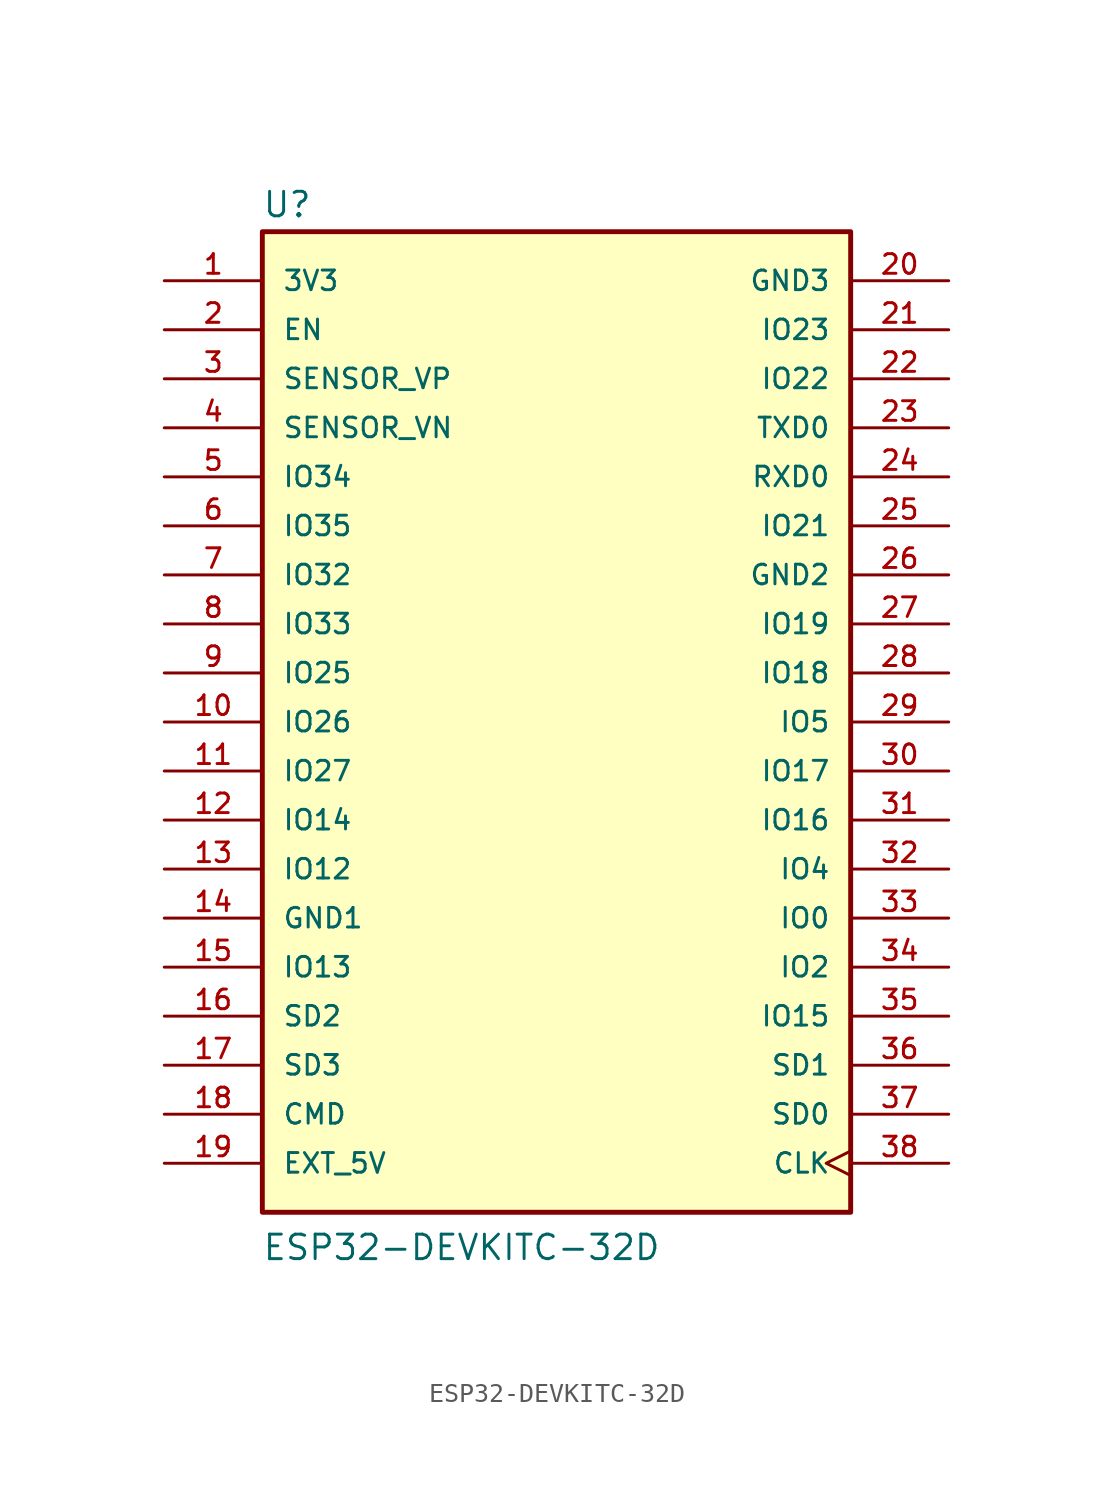
<source format=kicad_sym>
(kicad_symbol_lib
  (version 20200908)
  (generator kicad_symbol_editor)
  (symbol "MCU_Module:ESP32-DEVKITC-32D"
    (pin_names
      (offset 1.016))
    (property "Reference" "U"
      (at -15.265 26.06 0)
      (effects (font (size 1.27 1.27)) (justify left bottom)))
    (property "Value" "ESP32-DEVKITC-32D"
      (at -15.265 -27.965 0)
      (effects (font (size 1.27 1.27)) (justify left bottom)))
    (symbol "ESP32-DEVKITC-32D_0_0"
      (rectangle (start -15.24 25.4) (end 15.24 -25.4) (stroke (width 0.254)) (fill (type background)))
      (pin power_in line (at -20.32 22.86 0) (length 5.08) (name "3V3" (effects (font (size 1.016 1.016)))) (number "1" (effects (font (size 1.016 1.016)))))
      (pin bidirectional line (at -20.32 0 0) (length 5.08) (name "IO26" (effects (font (size 1.016 1.016)))) (number "10" (effects (font (size 1.016 1.016)))))
      (pin bidirectional line (at -20.32 -2.54 0) (length 5.08) (name "IO27" (effects (font (size 1.016 1.016)))) (number "11" (effects (font (size 1.016 1.016)))))
      (pin bidirectional line (at -20.32 -5.08 0) (length 5.08) (name "IO14" (effects (font (size 1.016 1.016)))) (number "12" (effects (font (size 1.016 1.016)))))
      (pin bidirectional line (at -20.32 -7.62 0) (length 5.08) (name "IO12" (effects (font (size 1.016 1.016)))) (number "13" (effects (font (size 1.016 1.016)))))
      (pin power_in line (at -20.32 -10.16 0) (length 5.08) (name "GND1" (effects (font (size 1.016 1.016)))) (number "14" (effects (font (size 1.016 1.016)))))
      (pin bidirectional line (at -20.32 -12.7 0) (length 5.08) (name "IO13" (effects (font (size 1.016 1.016)))) (number "15" (effects (font (size 1.016 1.016)))))
      (pin bidirectional line (at -20.32 -15.24 0) (length 5.08) (name "SD2" (effects (font (size 1.016 1.016)))) (number "16" (effects (font (size 1.016 1.016)))))
      (pin bidirectional line (at -20.32 -17.78 0) (length 5.08) (name "SD3" (effects (font (size 1.016 1.016)))) (number "17" (effects (font (size 1.016 1.016)))))
      (pin bidirectional line (at -20.32 -20.32 0) (length 5.08) (name "CMD" (effects (font (size 1.016 1.016)))) (number "18" (effects (font (size 1.016 1.016)))))
      (pin power_in line (at -20.32 -22.86 0) (length 5.08) (name "EXT_5V" (effects (font (size 1.016 1.016)))) (number "19" (effects (font (size 1.016 1.016)))))
      (pin input line (at -20.32 20.32 0) (length 5.08) (name "EN" (effects (font (size 1.016 1.016)))) (number "2" (effects (font (size 1.016 1.016)))))
      (pin power_in line (at 20.32 22.86 180) (length 5.08) (name "GND3" (effects (font (size 1.016 1.016)))) (number "20" (effects (font (size 1.016 1.016)))))
      (pin bidirectional line (at 20.32 20.32 180) (length 5.08) (name "IO23" (effects (font (size 1.016 1.016)))) (number "21" (effects (font (size 1.016 1.016)))))
      (pin bidirectional line (at 20.32 17.78 180) (length 5.08) (name "IO22" (effects (font (size 1.016 1.016)))) (number "22" (effects (font (size 1.016 1.016)))))
      (pin output line (at 20.32 15.24 180) (length 5.08) (name "TXD0" (effects (font (size 1.016 1.016)))) (number "23" (effects (font (size 1.016 1.016)))))
      (pin input line (at 20.32 12.7 180) (length 5.08) (name "RXD0" (effects (font (size 1.016 1.016)))) (number "24" (effects (font (size 1.016 1.016)))))
      (pin bidirectional line (at 20.32 10.16 180) (length 5.08) (name "IO21" (effects (font (size 1.016 1.016)))) (number "25" (effects (font (size 1.016 1.016)))))
      (pin power_in line (at 20.32 7.62 180) (length 5.08) (name "GND2" (effects (font (size 1.016 1.016)))) (number "26" (effects (font (size 1.016 1.016)))))
      (pin bidirectional line (at 20.32 5.08 180) (length 5.08) (name "IO19" (effects (font (size 1.016 1.016)))) (number "27" (effects (font (size 1.016 1.016)))))
      (pin bidirectional line (at 20.32 2.54 180) (length 5.08) (name "IO18" (effects (font (size 1.016 1.016)))) (number "28" (effects (font (size 1.016 1.016)))))
      (pin bidirectional line (at 20.32 0 180) (length 5.08) (name "IO5" (effects (font (size 1.016 1.016)))) (number "29" (effects (font (size 1.016 1.016)))))
      (pin input line (at -20.32 17.78 0) (length 5.08) (name "SENSOR_VP" (effects (font (size 1.016 1.016)))) (number "3" (effects (font (size 1.016 1.016)))))
      (pin bidirectional line (at 20.32 -2.54 180) (length 5.08) (name "IO17" (effects (font (size 1.016 1.016)))) (number "30" (effects (font (size 1.016 1.016)))))
      (pin bidirectional line (at 20.32 -5.08 180) (length 5.08) (name "IO16" (effects (font (size 1.016 1.016)))) (number "31" (effects (font (size 1.016 1.016)))))
      (pin bidirectional line (at 20.32 -7.62 180) (length 5.08) (name "IO4" (effects (font (size 1.016 1.016)))) (number "32" (effects (font (size 1.016 1.016)))))
      (pin bidirectional line (at 20.32 -10.16 180) (length 5.08) (name "IO0" (effects (font (size 1.016 1.016)))) (number "33" (effects (font (size 1.016 1.016)))))
      (pin bidirectional line (at 20.32 -12.7 180) (length 5.08) (name "IO2" (effects (font (size 1.016 1.016)))) (number "34" (effects (font (size 1.016 1.016)))))
      (pin bidirectional line (at 20.32 -15.24 180) (length 5.08) (name "IO15" (effects (font (size 1.016 1.016)))) (number "35" (effects (font (size 1.016 1.016)))))
      (pin bidirectional line (at 20.32 -17.78 180) (length 5.08) (name "SD1" (effects (font (size 1.016 1.016)))) (number "36" (effects (font (size 1.016 1.016)))))
      (pin bidirectional line (at 20.32 -20.32 180) (length 5.08) (name "SD0" (effects (font (size 1.016 1.016)))) (number "37" (effects (font (size 1.016 1.016)))))
      (pin input clock (at 20.32 -22.86 180) (length 5.08) (name "CLK" (effects (font (size 1.016 1.016)))) (number "38" (effects (font (size 1.016 1.016)))))
      (pin input line (at -20.32 15.24 0) (length 5.08) (name "SENSOR_VN" (effects (font (size 1.016 1.016)))) (number "4" (effects (font (size 1.016 1.016)))))
      (pin bidirectional line (at -20.32 12.7 0) (length 5.08) (name "IO34" (effects (font (size 1.016 1.016)))) (number "5" (effects (font (size 1.016 1.016)))))
      (pin bidirectional line (at -20.32 10.16 0) (length 5.08) (name "IO35" (effects (font (size 1.016 1.016)))) (number "6" (effects (font (size 1.016 1.016)))))
      (pin bidirectional line (at -20.32 7.62 0) (length 5.08) (name "IO32" (effects (font (size 1.016 1.016)))) (number "7" (effects (font (size 1.016 1.016)))))
      (pin bidirectional line (at -20.32 5.08 0) (length 5.08) (name "IO33" (effects (font (size 1.016 1.016)))) (number "8" (effects (font (size 1.016 1.016)))))
      (pin bidirectional line (at -20.32 2.54 0) (length 5.08) (name "IO25" (effects (font (size 1.016 1.016)))) (number "9" (effects (font (size 1.016 1.016))))))))
</source>
